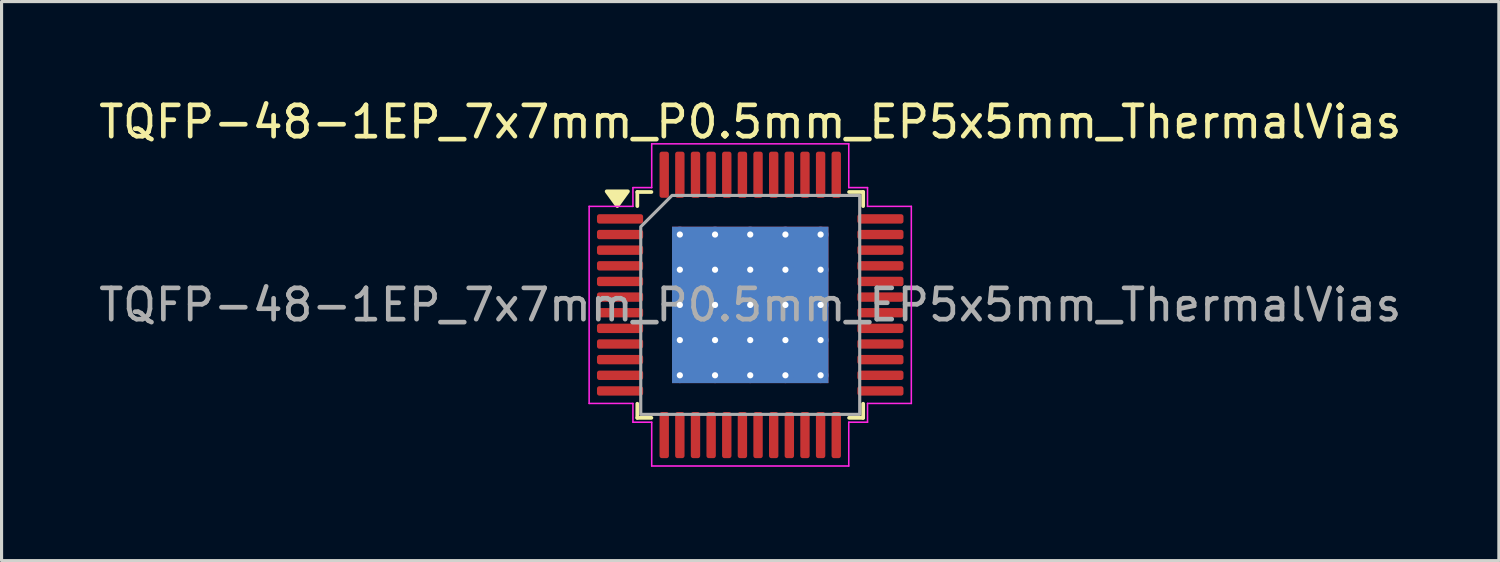
<source format=kicad_pcb>
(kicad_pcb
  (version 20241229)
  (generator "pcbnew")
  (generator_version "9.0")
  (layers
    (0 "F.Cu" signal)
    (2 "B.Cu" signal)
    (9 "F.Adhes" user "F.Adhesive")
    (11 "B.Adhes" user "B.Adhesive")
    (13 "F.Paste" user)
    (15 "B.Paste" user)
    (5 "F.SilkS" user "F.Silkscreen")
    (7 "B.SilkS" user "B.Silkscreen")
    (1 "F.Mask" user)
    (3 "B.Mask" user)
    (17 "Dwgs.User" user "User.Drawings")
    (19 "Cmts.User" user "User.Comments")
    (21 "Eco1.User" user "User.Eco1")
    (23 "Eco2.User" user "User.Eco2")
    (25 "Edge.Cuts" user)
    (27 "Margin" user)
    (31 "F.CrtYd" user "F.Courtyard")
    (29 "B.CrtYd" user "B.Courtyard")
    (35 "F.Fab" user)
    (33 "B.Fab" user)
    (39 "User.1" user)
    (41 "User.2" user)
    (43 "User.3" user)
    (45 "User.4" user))
  (footprint "TQFP-48-1EP_7x7mm_P0.5mm_EP5x5mm_ThermalVias"
    (layer "F.Cu")
    (at 20.935 6.698)
    (property "Reference" "TQFP-48-1EP_7x7mm_P0.5mm_EP5x5mm_ThermalVias" (at 0 -5.85 0) (layer "F.SilkS") (effects (font (size 1 1) (thickness 0.15))))
    (attr smd)
    (fp_line (start -3.61 -3.61) (end -3.16 -3.61) (stroke (width 0.12) (type solid)) (layer "F.SilkS"))
    (fp_line (start -3.61 -3.16) (end -3.61 -3.61) (stroke (width 0.12) (type solid)) (layer "F.SilkS"))
    (fp_line (start -3.61 3.61) (end -3.61 3.16) (stroke (width 0.12) (type solid)) (layer "F.SilkS"))
    (fp_line (start -3.16 3.61) (end -3.61 3.61) (stroke (width 0.12) (type solid)) (layer "F.SilkS"))
    (fp_line (start 3.16 -3.61) (end 3.61 -3.61) (stroke (width 0.12) (type solid)) (layer "F.SilkS"))
    (fp_line (start 3.61 -3.61) (end 3.61 -3.16) (stroke (width 0.12) (type solid)) (layer "F.SilkS"))
    (fp_line (start 3.61 3.16) (end 3.61 3.61) (stroke (width 0.12) (type solid)) (layer "F.SilkS"))
    (fp_line (start 3.61 3.61) (end 3.16 3.61) (stroke (width 0.12) (type solid)) (layer "F.SilkS"))
    (fp_poly (pts (xy -4.25 -3.16) (xy -4.59 -3.63) (xy -3.91 -3.63)) (stroke (width 0.12) (type solid)) (fill yes) (layer "F.SilkS"))
    (fp_line (start -5.15 -3.15) (end -3.75 -3.15) (stroke (width 0.05) (type solid)) (layer "F.CrtYd"))
    (fp_line (start -5.15 3.15) (end -5.15 -3.15) (stroke (width 0.05) (type solid)) (layer "F.CrtYd"))
    (fp_line (start -3.75 -3.75) (end -3.15 -3.75) (stroke (width 0.05) (type solid)) (layer "F.CrtYd"))
    (fp_line (start -3.75 -3.15) (end -3.75 -3.75) (stroke (width 0.05) (type solid)) (layer "F.CrtYd"))
    (fp_line (start -3.75 3.15) (end -5.15 3.15) (stroke (width 0.05) (type solid)) (layer "F.CrtYd"))
    (fp_line (start -3.75 3.75) (end -3.75 3.15) (stroke (width 0.05) (type solid)) (layer "F.CrtYd"))
    (fp_line (start -3.15 -5.15) (end 3.15 -5.15) (stroke (width 0.05) (type solid)) (layer "F.CrtYd"))
    (fp_line (start -3.15 -3.75) (end -3.15 -5.15) (stroke (width 0.05) (type solid)) (layer "F.CrtYd"))
    (fp_line (start -3.15 3.75) (end -3.75 3.75) (stroke (width 0.05) (type solid)) (layer "F.CrtYd"))
    (fp_line (start -3.15 5.15) (end -3.15 3.75) (stroke (width 0.05) (type solid)) (layer "F.CrtYd"))
    (fp_line (start 3.15 -5.15) (end 3.15 -3.75) (stroke (width 0.05) (type solid)) (layer "F.CrtYd"))
    (fp_line (start 3.15 -3.75) (end 3.75 -3.75) (stroke (width 0.05) (type solid)) (layer "F.CrtYd"))
    (fp_line (start 3.15 3.75) (end 3.15 5.15) (stroke (width 0.05) (type solid)) (layer "F.CrtYd"))
    (fp_line (start 3.15 5.15) (end -3.15 5.15) (stroke (width 0.05) (type solid)) (layer "F.CrtYd"))
    (fp_line (start 3.75 -3.75) (end 3.75 -3.15) (stroke (width 0.05) (type solid)) (layer "F.CrtYd"))
    (fp_line (start 3.75 -3.15) (end 5.15 -3.15) (stroke (width 0.05) (type solid)) (layer "F.CrtYd"))
    (fp_line (start 3.75 3.15) (end 3.75 3.75) (stroke (width 0.05) (type solid)) (layer "F.CrtYd"))
    (fp_line (start 3.75 3.75) (end 3.15 3.75) (stroke (width 0.05) (type solid)) (layer "F.CrtYd"))
    (fp_line (start 5.15 -3.15) (end 5.15 3.15) (stroke (width 0.05) (type solid)) (layer "F.CrtYd"))
    (fp_line (start 5.15 3.15) (end 3.75 3.15) (stroke (width 0.05) (type solid)) (layer "F.CrtYd"))
    (fp_poly (pts (xy -3.5 -2.5) (xy -3.5 3.5) (xy 3.5 3.5) (xy 3.5 -3.5) (xy -2.5 -3.5)) (stroke (width 0.1) (type solid)) (fill no) (layer "F.Fab"))
    (fp_text user "${REFERENCE}" (at 0 0 0) (layer "F.Fab") (effects (font (size 1 1) (thickness 0.15))))
    (pad "" smd roundrect (at -1.875 -1.875) (size 1.01 1.01) (layers "F.Paste") (roundrect_rratio 0.248))
    (pad "" smd roundrect (at -1.875 -0.625) (size 1.01 1.01) (layers "F.Paste") (roundrect_rratio 0.248))
    (pad "" smd roundrect (at -1.875 0.625) (size 1.01 1.01) (layers "F.Paste") (roundrect_rratio 0.248))
    (pad "" smd roundrect (at -1.875 1.875) (size 1.01 1.01) (layers "F.Paste") (roundrect_rratio 0.248))
    (pad "" smd roundrect (at -0.625 -1.875) (size 1.01 1.01) (layers "F.Paste") (roundrect_rratio 0.248))
    (pad "" smd roundrect (at -0.625 -0.625) (size 1.01 1.01) (layers "F.Paste") (roundrect_rratio 0.248))
    (pad "" smd roundrect (at -0.625 0.625) (size 1.01 1.01) (layers "F.Paste") (roundrect_rratio 0.248))
    (pad "" smd roundrect (at -0.625 1.875) (size 1.01 1.01) (layers "F.Paste") (roundrect_rratio 0.248))
    (pad "" smd roundrect (at 0.625 -1.875) (size 1.01 1.01) (layers "F.Paste") (roundrect_rratio 0.248))
    (pad "" smd roundrect (at 0.625 -0.625) (size 1.01 1.01) (layers "F.Paste") (roundrect_rratio 0.248))
    (pad "" smd roundrect (at 0.625 0.625) (size 1.01 1.01) (layers "F.Paste") (roundrect_rratio 0.248))
    (pad "" smd roundrect (at 0.625 1.875) (size 1.01 1.01) (layers "F.Paste") (roundrect_rratio 0.248))
    (pad "" smd roundrect (at 1.875 -1.875) (size 1.01 1.01) (layers "F.Paste") (roundrect_rratio 0.248))
    (pad "" smd roundrect (at 1.875 -0.625) (size 1.01 1.01) (layers "F.Paste") (roundrect_rratio 0.248))
    (pad "" smd roundrect (at 1.875 0.625) (size 1.01 1.01) (layers "F.Paste") (roundrect_rratio 0.248))
    (pad "" smd roundrect (at 1.875 1.875) (size 1.01 1.01) (layers "F.Paste") (roundrect_rratio 0.248))
    (pad "1" smd roundrect (at -4.162 -2.75) (size 1.475 0.3) (layers "F.Cu" "F.Mask" "F.Paste") (roundrect_rratio 0.25))
    (pad "2" smd roundrect (at -4.162 -2.25) (size 1.475 0.3) (layers "F.Cu" "F.Mask" "F.Paste") (roundrect_rratio 0.25))
    (pad "3" smd roundrect (at -4.162 -1.75) (size 1.475 0.3) (layers "F.Cu" "F.Mask" "F.Paste") (roundrect_rratio 0.25))
    (pad "4" smd roundrect (at -4.162 -1.25) (size 1.475 0.3) (layers "F.Cu" "F.Mask" "F.Paste") (roundrect_rratio 0.25))
    (pad "5" smd roundrect (at -4.162 -0.75) (size 1.475 0.3) (layers "F.Cu" "F.Mask" "F.Paste") (roundrect_rratio 0.25))
    (pad "6" smd roundrect (at -4.162 -0.25) (size 1.475 0.3) (layers "F.Cu" "F.Mask" "F.Paste") (roundrect_rratio 0.25))
    (pad "7" smd roundrect (at -4.162 0.25) (size 1.475 0.3) (layers "F.Cu" "F.Mask" "F.Paste") (roundrect_rratio 0.25))
    (pad "8" smd roundrect (at -4.162 0.75) (size 1.475 0.3) (layers "F.Cu" "F.Mask" "F.Paste") (roundrect_rratio 0.25))
    (pad "9" smd roundrect (at -4.162 1.25) (size 1.475 0.3) (layers "F.Cu" "F.Mask" "F.Paste") (roundrect_rratio 0.25))
    (pad "10" smd roundrect (at -4.162 1.75) (size 1.475 0.3) (layers "F.Cu" "F.Mask" "F.Paste") (roundrect_rratio 0.25))
    (pad "11" smd roundrect (at -4.162 2.25) (size 1.475 0.3) (layers "F.Cu" "F.Mask" "F.Paste") (roundrect_rratio 0.25))
    (pad "12" smd roundrect (at -4.162 2.75) (size 1.475 0.3) (layers "F.Cu" "F.Mask" "F.Paste") (roundrect_rratio 0.25))
    (pad "13" smd roundrect (at -2.75 4.162) (size 0.3 1.475) (layers "F.Cu" "F.Mask" "F.Paste") (roundrect_rratio 0.25))
    (pad "14" smd roundrect (at -2.25 4.162) (size 0.3 1.475) (layers "F.Cu" "F.Mask" "F.Paste") (roundrect_rratio 0.25))
    (pad "15" smd roundrect (at -1.75 4.162) (size 0.3 1.475) (layers "F.Cu" "F.Mask" "F.Paste") (roundrect_rratio 0.25))
    (pad "16" smd roundrect (at -1.25 4.162) (size 0.3 1.475) (layers "F.Cu" "F.Mask" "F.Paste") (roundrect_rratio 0.25))
    (pad "17" smd roundrect (at -0.75 4.162) (size 0.3 1.475) (layers "F.Cu" "F.Mask" "F.Paste") (roundrect_rratio 0.25))
    (pad "18" smd roundrect (at -0.25 4.162) (size 0.3 1.475) (layers "F.Cu" "F.Mask" "F.Paste") (roundrect_rratio 0.25))
    (pad "19" smd roundrect (at 0.25 4.162) (size 0.3 1.475) (layers "F.Cu" "F.Mask" "F.Paste") (roundrect_rratio 0.25))
    (pad "20" smd roundrect (at 0.75 4.162) (size 0.3 1.475) (layers "F.Cu" "F.Mask" "F.Paste") (roundrect_rratio 0.25))
    (pad "21" smd roundrect (at 1.25 4.162) (size 0.3 1.475) (layers "F.Cu" "F.Mask" "F.Paste") (roundrect_rratio 0.25))
    (pad "22" smd roundrect (at 1.75 4.162) (size 0.3 1.475) (layers "F.Cu" "F.Mask" "F.Paste") (roundrect_rratio 0.25))
    (pad "23" smd roundrect (at 2.25 4.162) (size 0.3 1.475) (layers "F.Cu" "F.Mask" "F.Paste") (roundrect_rratio 0.25))
    (pad "24" smd roundrect (at 2.75 4.162) (size 0.3 1.475) (layers "F.Cu" "F.Mask" "F.Paste") (roundrect_rratio 0.25))
    (pad "25" smd roundrect (at 4.162 2.75) (size 1.475 0.3) (layers "F.Cu" "F.Mask" "F.Paste") (roundrect_rratio 0.25))
    (pad "26" smd roundrect (at 4.162 2.25) (size 1.475 0.3) (layers "F.Cu" "F.Mask" "F.Paste") (roundrect_rratio 0.25))
    (pad "27" smd roundrect (at 4.162 1.75) (size 1.475 0.3) (layers "F.Cu" "F.Mask" "F.Paste") (roundrect_rratio 0.25))
    (pad "28" smd roundrect (at 4.162 1.25) (size 1.475 0.3) (layers "F.Cu" "F.Mask" "F.Paste") (roundrect_rratio 0.25))
    (pad "29" smd roundrect (at 4.162 0.75) (size 1.475 0.3) (layers "F.Cu" "F.Mask" "F.Paste") (roundrect_rratio 0.25))
    (pad "30" smd roundrect (at 4.162 0.25) (size 1.475 0.3) (layers "F.Cu" "F.Mask" "F.Paste") (roundrect_rratio 0.25))
    (pad "31" smd roundrect (at 4.162 -0.25) (size 1.475 0.3) (layers "F.Cu" "F.Mask" "F.Paste") (roundrect_rratio 0.25))
    (pad "32" smd roundrect (at 4.162 -0.75) (size 1.475 0.3) (layers "F.Cu" "F.Mask" "F.Paste") (roundrect_rratio 0.25))
    (pad "33" smd roundrect (at 4.162 -1.25) (size 1.475 0.3) (layers "F.Cu" "F.Mask" "F.Paste") (roundrect_rratio 0.25))
    (pad "34" smd roundrect (at 4.162 -1.75) (size 1.475 0.3) (layers "F.Cu" "F.Mask" "F.Paste") (roundrect_rratio 0.25))
    (pad "35" smd roundrect (at 4.162 -2.25) (size 1.475 0.3) (layers "F.Cu" "F.Mask" "F.Paste") (roundrect_rratio 0.25))
    (pad "36" smd roundrect (at 4.162 -2.75) (size 1.475 0.3) (layers "F.Cu" "F.Mask" "F.Paste") (roundrect_rratio 0.25))
    (pad "37" smd roundrect (at 2.75 -4.162) (size 0.3 1.475) (layers "F.Cu" "F.Mask" "F.Paste") (roundrect_rratio 0.25))
    (pad "38" smd roundrect (at 2.25 -4.162) (size 0.3 1.475) (layers "F.Cu" "F.Mask" "F.Paste") (roundrect_rratio 0.25))
    (pad "39" smd roundrect (at 1.75 -4.162) (size 0.3 1.475) (layers "F.Cu" "F.Mask" "F.Paste") (roundrect_rratio 0.25))
    (pad "40" smd roundrect (at 1.25 -4.162) (size 0.3 1.475) (layers "F.Cu" "F.Mask" "F.Paste") (roundrect_rratio 0.25))
    (pad "41" smd roundrect (at 0.75 -4.162) (size 0.3 1.475) (layers "F.Cu" "F.Mask" "F.Paste") (roundrect_rratio 0.25))
    (pad "42" smd roundrect (at 0.25 -4.162) (size 0.3 1.475) (layers "F.Cu" "F.Mask" "F.Paste") (roundrect_rratio 0.25))
    (pad "43" smd roundrect (at -0.25 -4.162) (size 0.3 1.475) (layers "F.Cu" "F.Mask" "F.Paste") (roundrect_rratio 0.25))
    (pad "44" smd roundrect (at -0.75 -4.162) (size 0.3 1.475) (layers "F.Cu" "F.Mask" "F.Paste") (roundrect_rratio 0.25))
    (pad "45" smd roundrect (at -1.25 -4.162) (size 0.3 1.475) (layers "F.Cu" "F.Mask" "F.Paste") (roundrect_rratio 0.25))
    (pad "46" smd roundrect (at -1.75 -4.162) (size 0.3 1.475) (layers "F.Cu" "F.Mask" "F.Paste") (roundrect_rratio 0.25))
    (pad "47" smd roundrect (at -2.25 -4.162) (size 0.3 1.475) (layers "F.Cu" "F.Mask" "F.Paste") (roundrect_rratio 0.25))
    (pad "48" smd roundrect (at -2.75 -4.162) (size 0.3 1.475) (layers "F.Cu" "F.Mask" "F.Paste") (roundrect_rratio 0.25))
    (pad "49" thru_hole circle (at -2.25 -2.25) (size 0.5 0.5) (drill 0.2) (property pad_prop_heatsink) (layers "*.Cu"))
    (pad "49" thru_hole circle (at -2.25 -1.125) (size 0.5 0.5) (drill 0.2) (property pad_prop_heatsink) (layers "*.Cu"))
    (pad "49" thru_hole circle (at -2.25 0) (size 0.5 0.5) (drill 0.2) (property pad_prop_heatsink) (layers "*.Cu"))
    (pad "49" thru_hole circle (at -2.25 1.125) (size 0.5 0.5) (drill 0.2) (property pad_prop_heatsink) (layers "*.Cu"))
    (pad "49" thru_hole circle (at -2.25 2.25) (size 0.5 0.5) (drill 0.2) (property pad_prop_heatsink) (layers "*.Cu"))
    (pad "49" thru_hole circle (at -1.125 -2.25) (size 0.5 0.5) (drill 0.2) (property pad_prop_heatsink) (layers "*.Cu"))
    (pad "49" thru_hole circle (at -1.125 -1.125) (size 0.5 0.5) (drill 0.2) (property pad_prop_heatsink) (layers "*.Cu"))
    (pad "49" thru_hole circle (at -1.125 0) (size 0.5 0.5) (drill 0.2) (property pad_prop_heatsink) (layers "*.Cu"))
    (pad "49" thru_hole circle (at -1.125 1.125) (size 0.5 0.5) (drill 0.2) (property pad_prop_heatsink) (layers "*.Cu"))
    (pad "49" thru_hole circle (at -1.125 2.25) (size 0.5 0.5) (drill 0.2) (property pad_prop_heatsink) (layers "*.Cu"))
    (pad "49" thru_hole circle (at 0 -2.25) (size 0.5 0.5) (drill 0.2) (property pad_prop_heatsink) (layers "*.Cu"))
    (pad "49" thru_hole circle (at 0 -1.125) (size 0.5 0.5) (drill 0.2) (property pad_prop_heatsink) (layers "*.Cu"))
    (pad "49" thru_hole circle (at 0 0) (size 0.5 0.5) (drill 0.2) (property pad_prop_heatsink) (layers "*.Cu"))
    (pad "49" smd rect (at 0 0) (size 5 5) (property pad_prop_heatsink) (layers "F.Cu" "F.Mask"))
    (pad "49" smd rect (at 0 0) (size 5 5) (property pad_prop_heatsink) (layers "B.Cu"))
    (pad "49" thru_hole circle (at 0 1.125) (size 0.5 0.5) (drill 0.2) (property pad_prop_heatsink) (layers "*.Cu"))
    (pad "49" thru_hole circle (at 0 2.25) (size 0.5 0.5) (drill 0.2) (property pad_prop_heatsink) (layers "*.Cu"))
    (pad "49" thru_hole circle (at 1.125 -2.25) (size 0.5 0.5) (drill 0.2) (property pad_prop_heatsink) (layers "*.Cu"))
    (pad "49" thru_hole circle (at 1.125 -1.125) (size 0.5 0.5) (drill 0.2) (property pad_prop_heatsink) (layers "*.Cu"))
    (pad "49" thru_hole circle (at 1.125 0) (size 0.5 0.5) (drill 0.2) (property pad_prop_heatsink) (layers "*.Cu"))
    (pad "49" thru_hole circle (at 1.125 1.125) (size 0.5 0.5) (drill 0.2) (property pad_prop_heatsink) (layers "*.Cu"))
    (pad "49" thru_hole circle (at 1.125 2.25) (size 0.5 0.5) (drill 0.2) (property pad_prop_heatsink) (layers "*.Cu"))
    (pad "49" thru_hole circle (at 2.25 -2.25) (size 0.5 0.5) (drill 0.2) (property pad_prop_heatsink) (layers "*.Cu"))
    (pad "49" thru_hole circle (at 2.25 -1.125) (size 0.5 0.5) (drill 0.2) (property pad_prop_heatsink) (layers "*.Cu"))
    (pad "49" thru_hole circle (at 2.25 0) (size 0.5 0.5) (drill 0.2) (property pad_prop_heatsink) (layers "*.Cu"))
    (pad "49" thru_hole circle (at 2.25 1.125) (size 0.5 0.5) (drill 0.2) (property pad_prop_heatsink) (layers "*.Cu"))
    (pad "49" thru_hole circle (at 2.25 2.25) (size 0.5 0.5) (drill 0.2) (property pad_prop_heatsink) (layers "*.Cu")))
  (gr_rect
    (start -3 -3)
    (end 44.869 14.873)
    (stroke (width 0.1) (type default))
    (fill no)
    (layer "Edge.Cuts")))
</source>
